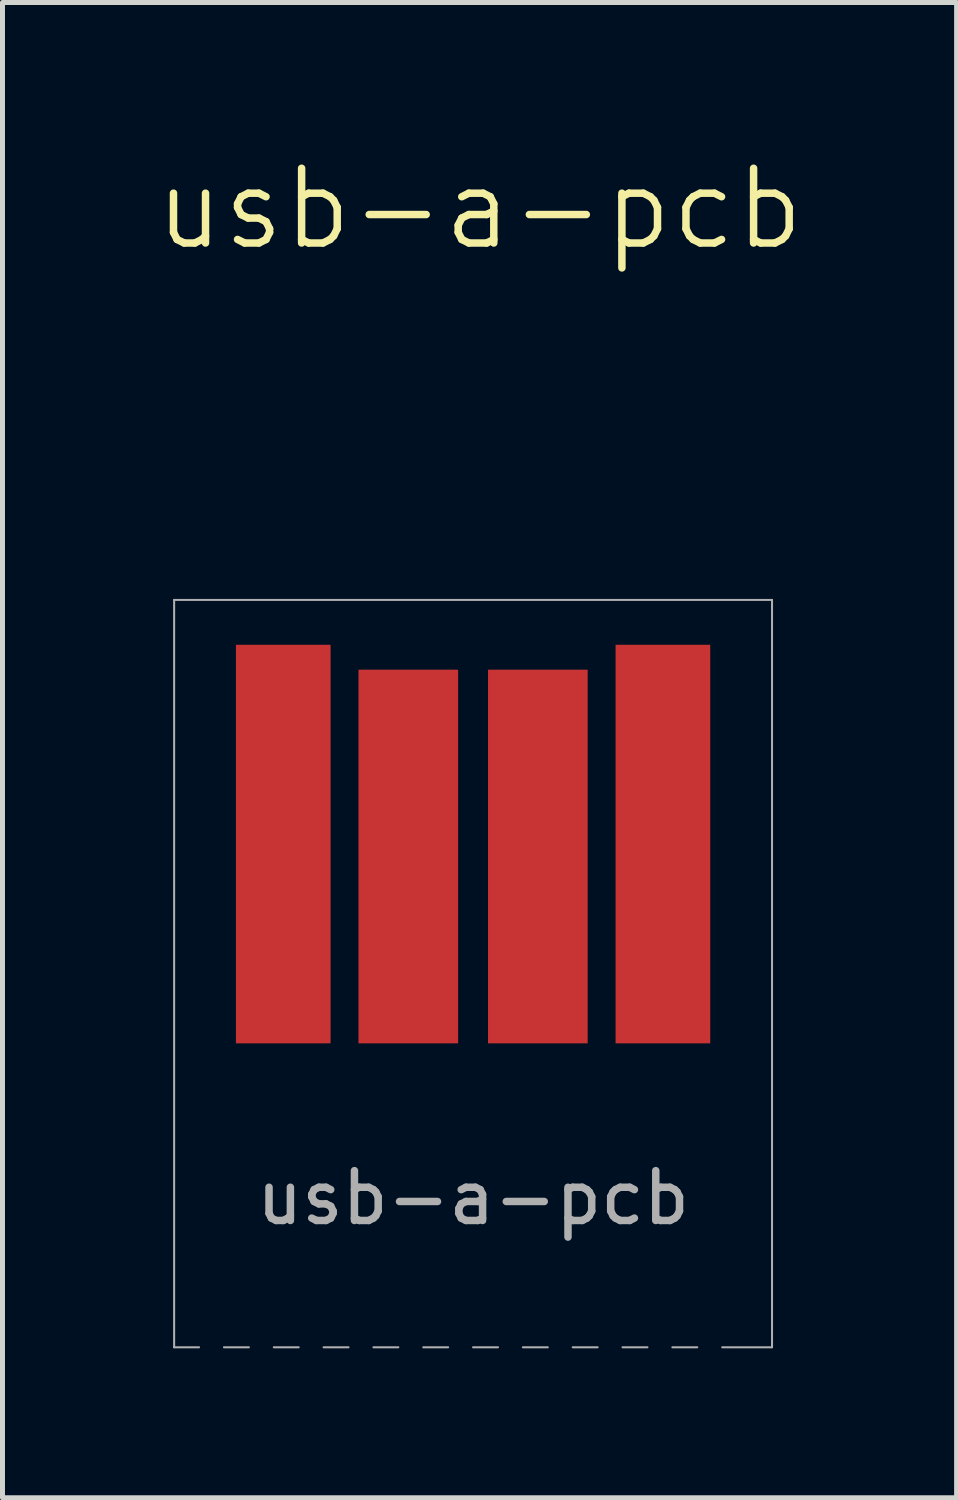
<source format=kicad_pcb>
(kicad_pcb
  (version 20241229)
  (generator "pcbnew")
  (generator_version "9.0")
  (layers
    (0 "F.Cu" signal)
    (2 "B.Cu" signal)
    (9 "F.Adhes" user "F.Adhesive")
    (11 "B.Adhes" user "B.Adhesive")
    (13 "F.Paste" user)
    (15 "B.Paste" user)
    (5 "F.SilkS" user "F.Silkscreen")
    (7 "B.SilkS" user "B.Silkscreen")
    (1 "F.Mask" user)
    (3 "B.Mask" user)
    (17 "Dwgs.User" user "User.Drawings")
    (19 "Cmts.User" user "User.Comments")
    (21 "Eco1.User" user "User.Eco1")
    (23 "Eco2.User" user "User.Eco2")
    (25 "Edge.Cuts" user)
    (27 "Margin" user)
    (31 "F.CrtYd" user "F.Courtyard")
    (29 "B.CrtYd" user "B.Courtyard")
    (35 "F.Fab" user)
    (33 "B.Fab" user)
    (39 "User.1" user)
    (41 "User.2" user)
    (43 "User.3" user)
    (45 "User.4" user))
  (footprint "usb-a-pcb"
    (layer "F.Cu")
    (at 6.445 8.991)
    (property "Reference" "usb-a-pcb" (at 0.13 -7.85 0) (layer "F.SilkS") (effects (font (size 1.5 1.5) (thickness 0.15))))
    (attr exclude_from_pos_files exclude_from_bom)
    (fp_line (start -6 0) (end 6 0) (stroke (width 0.041) (type solid)) (layer "F.Fab"))
    (fp_line (start -6 15) (end -6 0) (stroke (width 0.041) (type solid)) (layer "F.Fab"))
    (fp_line (start -5.5 15) (end -6 15) (stroke (width 0.041) (type solid)) (layer "F.Fab"))
    (fp_line (start -4.5 15) (end -5 15) (stroke (width 0.041) (type solid)) (layer "F.Fab"))
    (fp_line (start -3.5 15) (end -4 15) (stroke (width 0.041) (type solid)) (layer "F.Fab"))
    (fp_line (start -2.5 15) (end -3 15) (stroke (width 0.041) (type solid)) (layer "F.Fab"))
    (fp_line (start -1.5 15) (end -2 15) (stroke (width 0.041) (type solid)) (layer "F.Fab"))
    (fp_line (start -0.5 15) (end -1 15) (stroke (width 0.041) (type solid)) (layer "F.Fab"))
    (fp_line (start 0.5 15) (end 0 15) (stroke (width 0.041) (type solid)) (layer "F.Fab"))
    (fp_line (start 1.5 15) (end 1 15) (stroke (width 0.041) (type solid)) (layer "F.Fab"))
    (fp_line (start 2.5 15) (end 2 15) (stroke (width 0.041) (type solid)) (layer "F.Fab"))
    (fp_line (start 3.5 15) (end 3 15) (stroke (width 0.041) (type solid)) (layer "F.Fab"))
    (fp_line (start 4.5 15) (end 4 15) (stroke (width 0.041) (type solid)) (layer "F.Fab"))
    (fp_line (start 6 0) (end 6 15) (stroke (width 0.041) (type solid)) (layer "F.Fab"))
    (fp_line (start 6 15) (end 5 15) (stroke (width 0.041) (type solid)) (layer "F.Fab"))
    (fp_text user "${REFERENCE}" (at 0 12 180) (layer "F.Fab") (effects (font (size 1 1) (thickness 0.15))))
    (pad "1" connect rect (at -3.81 4.9 180) (size 1.9 8) (layers "F.Cu" "F.Mask"))
    (pad "2" connect rect (at -1.3 5.15 180) (size 2 7.5) (layers "F.Cu" "F.Mask"))
    (pad "3" connect rect (at 1.3 5.15 180) (size 2 7.5) (layers "F.Cu" "F.Mask"))
    (pad "4" connect rect (at 3.81 4.9 180) (size 1.9 8) (layers "F.Cu" "F.Mask"))
    (zone (net_name "") (layers "F.Cu" "B.Cu") (hatch edge 0.508) (connect_pads) (min_thickness 0.254) (filled_areas_thickness no) (keepout (tracks allowed) (vias not_allowed) (pads not_allowed) (copperpour not_allowed) (footprints allowed)) (placement (enabled no)) (fill) (polygon (pts (xy 12.445 20.991) (xy 0.445 20.991) (xy 0.445 8.991) (xy 12.445 8.991)))))
  (gr_rect
    (start -3 -3)
    (end 16.15 27.011)
    (stroke (width 0.1) (type default))
    (fill no)
    (layer "Edge.Cuts")))
</source>
